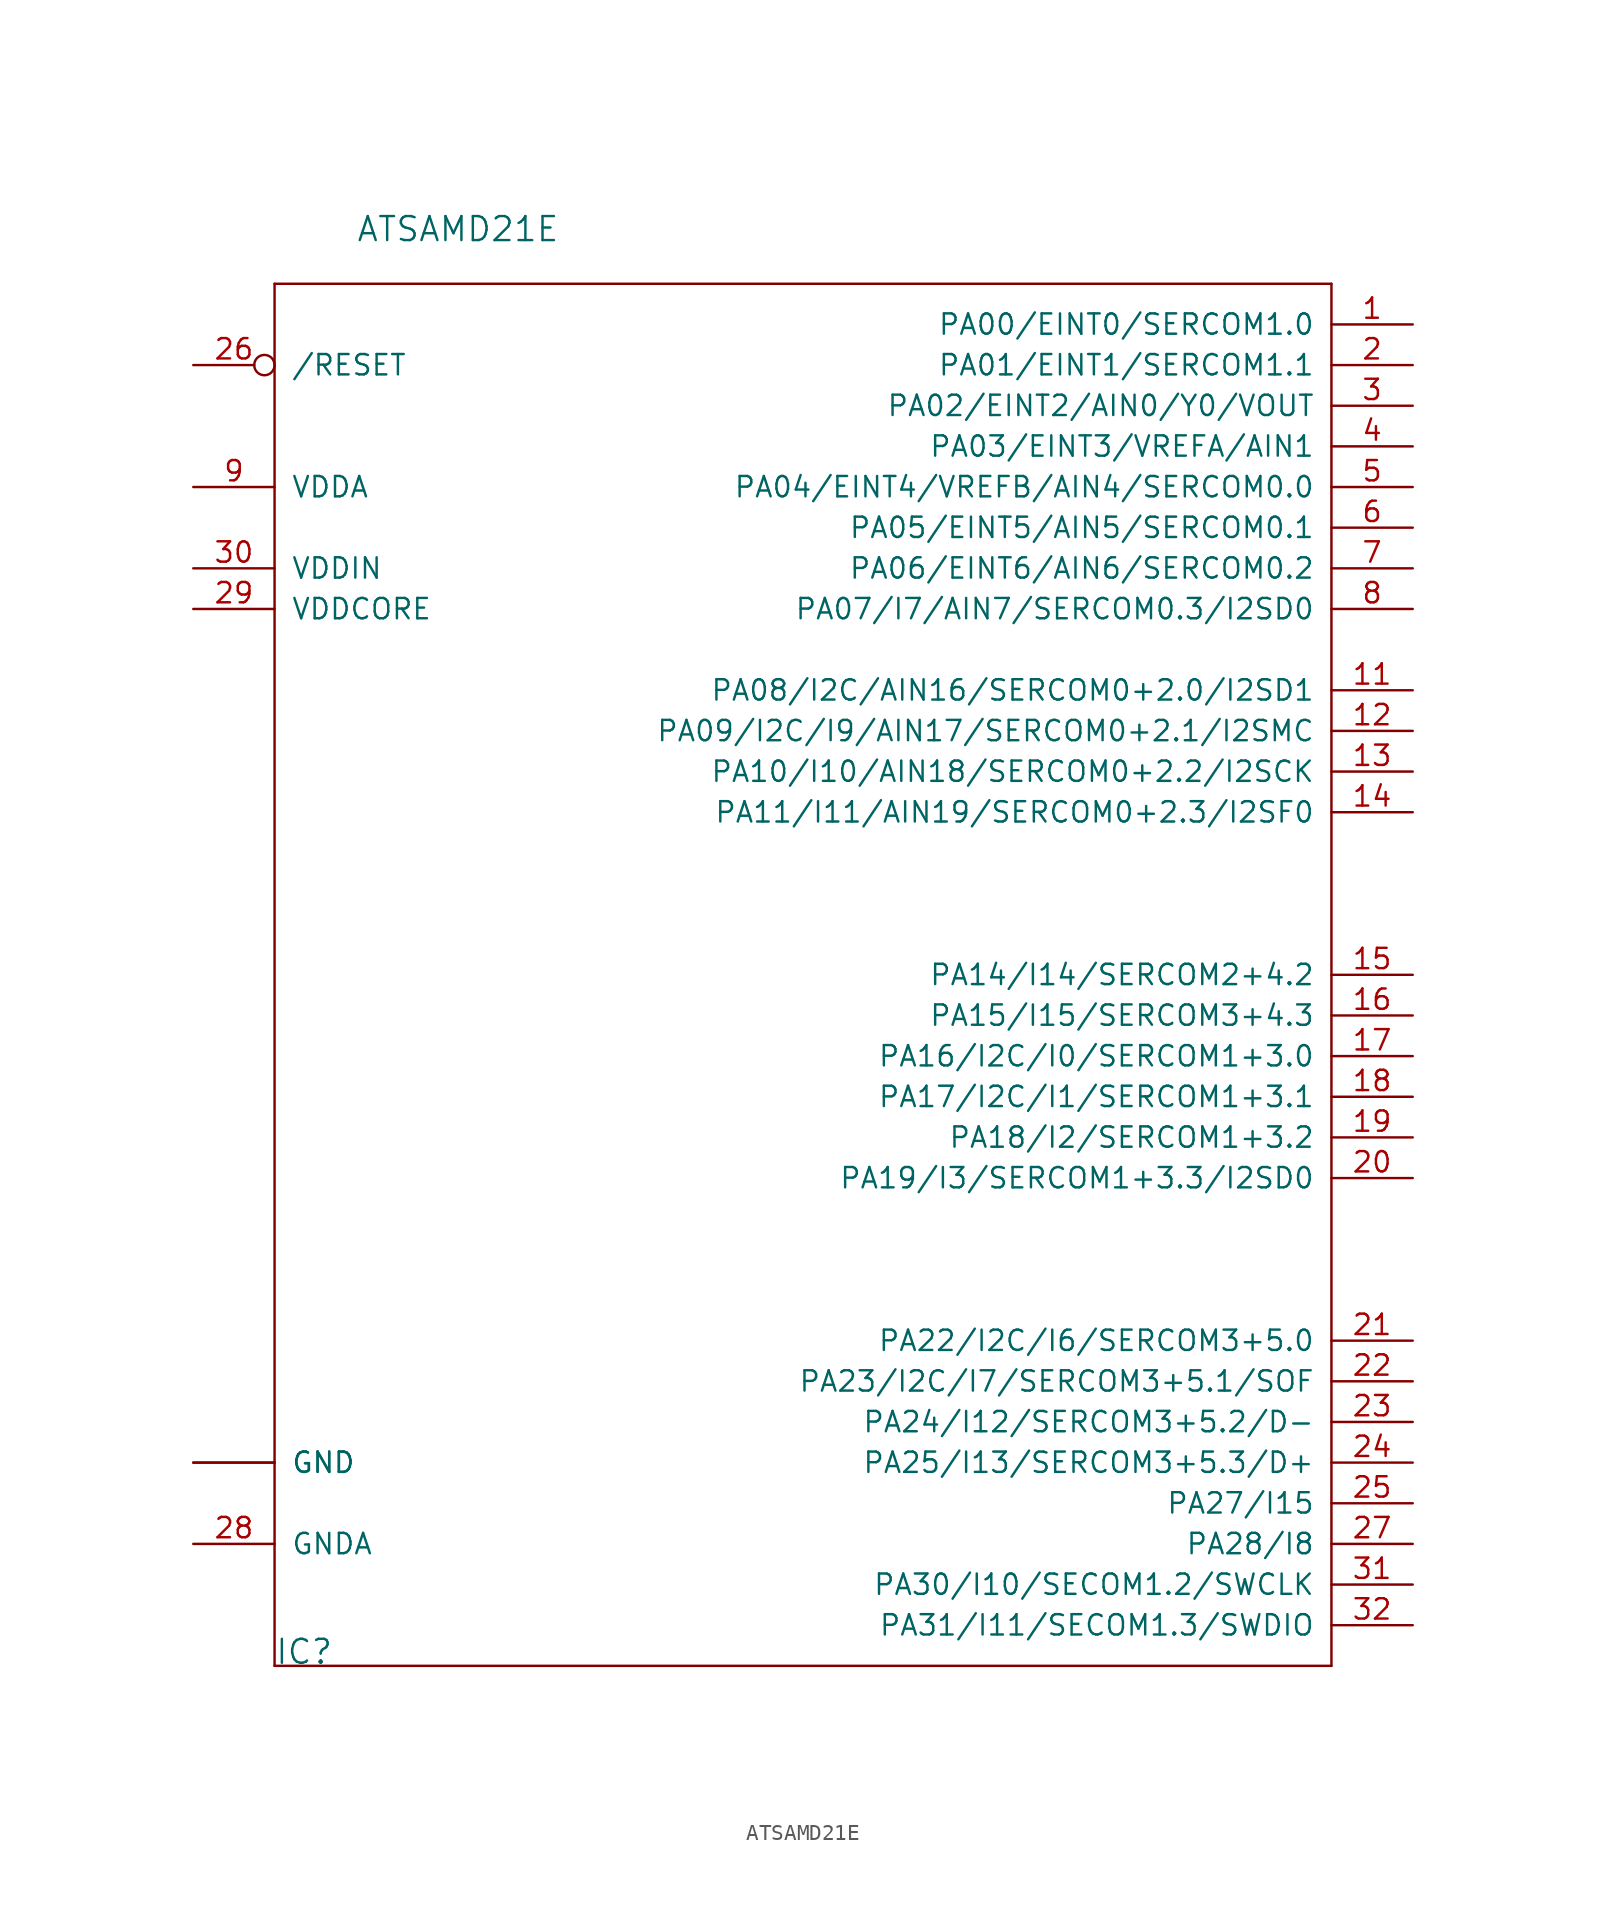
<source format=kicad_sym>
(kicad_symbol_lib
  (version 20211014)
  (generator kicad_symbol_editor)
  (symbol "ATSAMD21E"
    (pin_names
      (offset 1.016))
    (property "Reference" "IC"
      (at -35.56 -43.18 0)
      (effects (font (size 1.499 1.499)) (justify left bottom)))
    (property "Value" "ATSAMD21E"
      (at -30.48 45.72 0)
      (effects (font (size 1.499 1.499)) (justify left bottom)))
    (property "ki_locked" ""
      (at 0 0 0)
      (effects (font (size 1.27 1.27))))
    (symbol "ATSAMD21E_1_0"
      (polyline (pts (xy -35.56 -43.18) (xy -35.56 43.18)) (stroke (width 0) (type default) (color 0 0 0 0)) (fill (type none)))
      (polyline (pts (xy -35.56 43.18) (xy 30.48 43.18)) (stroke (width 0) (type default) (color 0 0 0 0)) (fill (type none)))
      (polyline (pts (xy 30.48 -43.18) (xy -35.56 -43.18)) (stroke (width 0) (type default) (color 0 0 0 0)) (fill (type none)))
      (polyline (pts (xy 30.48 43.18) (xy 30.48 -43.18)) (stroke (width 0) (type default) (color 0 0 0 0)) (fill (type none)))
      (pin unspecified line (at 35.56 40.64 180) (length 5.08) (name "PA00/EINT0/SERCOM1.0" (effects (font (size 1.27 1.27)))) (number "1" (effects (font (size 1.27 1.27)))))
      (pin power_in line (at -40.64 -30.48 0) (length 5.08) (name "GND" (effects (font (size 1.27 1.27)))) (number "10" (effects (font (size 0 0)))))
      (pin unspecified line (at 35.56 17.78 180) (length 5.08) (name "PA08/I2C/AIN16/SERCOM0+2.0/I2SD1" (effects (font (size 1.27 1.27)))) (number "11" (effects (font (size 1.27 1.27)))))
      (pin unspecified line (at 35.56 15.24 180) (length 5.08) (name "PA09/I2C/I9/AIN17/SERCOM0+2.1/I2SMC" (effects (font (size 1.27 1.27)))) (number "12" (effects (font (size 1.27 1.27)))))
      (pin unspecified line (at 35.56 12.7 180) (length 5.08) (name "PA10/I10/AIN18/SERCOM0+2.2/I2SCK" (effects (font (size 1.27 1.27)))) (number "13" (effects (font (size 1.27 1.27)))))
      (pin unspecified line (at 35.56 10.16 180) (length 5.08) (name "PA11/I11/AIN19/SERCOM0+2.3/I2SF0" (effects (font (size 1.27 1.27)))) (number "14" (effects (font (size 1.27 1.27)))))
      (pin unspecified line (at 35.56 0 180) (length 5.08) (name "PA14/I14/SERCOM2+4.2" (effects (font (size 1.27 1.27)))) (number "15" (effects (font (size 1.27 1.27)))))
      (pin unspecified line (at 35.56 -2.54 180) (length 5.08) (name "PA15/I15/SERCOM3+4.3" (effects (font (size 1.27 1.27)))) (number "16" (effects (font (size 1.27 1.27)))))
      (pin unspecified line (at 35.56 -5.08 180) (length 5.08) (name "PA16/I2C/I0/SERCOM1+3.0" (effects (font (size 1.27 1.27)))) (number "17" (effects (font (size 1.27 1.27)))))
      (pin unspecified line (at 35.56 -7.62 180) (length 5.08) (name "PA17/I2C/I1/SERCOM1+3.1" (effects (font (size 1.27 1.27)))) (number "18" (effects (font (size 1.27 1.27)))))
      (pin unspecified line (at 35.56 -10.16 180) (length 5.08) (name "PA18/I2/SERCOM1+3.2" (effects (font (size 1.27 1.27)))) (number "19" (effects (font (size 1.27 1.27)))))
      (pin unspecified line (at 35.56 38.1 180) (length 5.08) (name "PA01/EINT1/SERCOM1.1" (effects (font (size 1.27 1.27)))) (number "2" (effects (font (size 1.27 1.27)))))
      (pin unspecified line (at 35.56 -12.7 180) (length 5.08) (name "PA19/I3/SERCOM1+3.3/I2SD0" (effects (font (size 1.27 1.27)))) (number "20" (effects (font (size 1.27 1.27)))))
      (pin unspecified line (at 35.56 -22.86 180) (length 5.08) (name "PA22/I2C/I6/SERCOM3+5.0" (effects (font (size 1.27 1.27)))) (number "21" (effects (font (size 1.27 1.27)))))
      (pin unspecified line (at 35.56 -25.4 180) (length 5.08) (name "PA23/I2C/I7/SERCOM3+5.1/SOF" (effects (font (size 1.27 1.27)))) (number "22" (effects (font (size 1.27 1.27)))))
      (pin unspecified line (at 35.56 -27.94 180) (length 5.08) (name "PA24/I12/SERCOM3+5.2/D-" (effects (font (size 1.27 1.27)))) (number "23" (effects (font (size 1.27 1.27)))))
      (pin unspecified line (at 35.56 -30.48 180) (length 5.08) (name "PA25/I13/SERCOM3+5.3/D+" (effects (font (size 1.27 1.27)))) (number "24" (effects (font (size 1.27 1.27)))))
      (pin unspecified line (at 35.56 -33.02 180) (length 5.08) (name "PA27/I15" (effects (font (size 1.27 1.27)))) (number "25" (effects (font (size 1.27 1.27)))))
      (pin unspecified inverted (at -40.64 38.1 0) (length 5.08) (name "/RESET" (effects (font (size 1.27 1.27)))) (number "26" (effects (font (size 1.27 1.27)))))
      (pin unspecified line (at 35.56 -35.56 180) (length 5.08) (name "PA28/I8" (effects (font (size 1.27 1.27)))) (number "27" (effects (font (size 1.27 1.27)))))
      (pin power_in line (at -40.64 -35.56 0) (length 5.08) (name "GNDA" (effects (font (size 1.27 1.27)))) (number "28" (effects (font (size 1.27 1.27)))))
      (pin power_in line (at -40.64 22.86 0) (length 5.08) (name "VDDCORE" (effects (font (size 1.27 1.27)))) (number "29" (effects (font (size 1.27 1.27)))))
      (pin unspecified line (at 35.56 35.56 180) (length 5.08) (name "PA02/EINT2/AIN0/Y0/VOUT" (effects (font (size 1.27 1.27)))) (number "3" (effects (font (size 1.27 1.27)))))
      (pin power_in line (at -40.64 25.4 0) (length 5.08) (name "VDDIN" (effects (font (size 1.27 1.27)))) (number "30" (effects (font (size 1.27 1.27)))))
      (pin unspecified line (at 35.56 -38.1 180) (length 5.08) (name "PA30/I10/SECOM1.2/SWCLK" (effects (font (size 1.27 1.27)))) (number "31" (effects (font (size 1.27 1.27)))))
      (pin unspecified line (at 35.56 -40.64 180) (length 5.08) (name "PA31/I11/SECOM1.3/SWDIO" (effects (font (size 1.27 1.27)))) (number "32" (effects (font (size 1.27 1.27)))))
      (pin power_in line (at -40.64 -30.48 0) (length 5.08) (name "GND" (effects (font (size 1.27 1.27)))) (number "33" (effects (font (size 0 0)))))
      (pin unspecified line (at 35.56 33.02 180) (length 5.08) (name "PA03/EINT3/VREFA/AIN1" (effects (font (size 1.27 1.27)))) (number "4" (effects (font (size 1.27 1.27)))))
      (pin unspecified line (at 35.56 30.48 180) (length 5.08) (name "PA04/EINT4/VREFB/AIN4/SERCOM0.0" (effects (font (size 1.27 1.27)))) (number "5" (effects (font (size 1.27 1.27)))))
      (pin unspecified line (at 35.56 27.94 180) (length 5.08) (name "PA05/EINT5/AIN5/SERCOM0.1" (effects (font (size 1.27 1.27)))) (number "6" (effects (font (size 1.27 1.27)))))
      (pin unspecified line (at 35.56 25.4 180) (length 5.08) (name "PA06/EINT6/AIN6/SERCOM0.2" (effects (font (size 1.27 1.27)))) (number "7" (effects (font (size 1.27 1.27)))))
      (pin unspecified line (at 35.56 22.86 180) (length 5.08) (name "PA07/I7/AIN7/SERCOM0.3/I2SD0" (effects (font (size 1.27 1.27)))) (number "8" (effects (font (size 1.27 1.27)))))
      (pin power_in line (at -40.64 30.48 0) (length 5.08) (name "VDDA" (effects (font (size 1.27 1.27)))) (number "9" (effects (font (size 1.27 1.27))))))))
</source>
